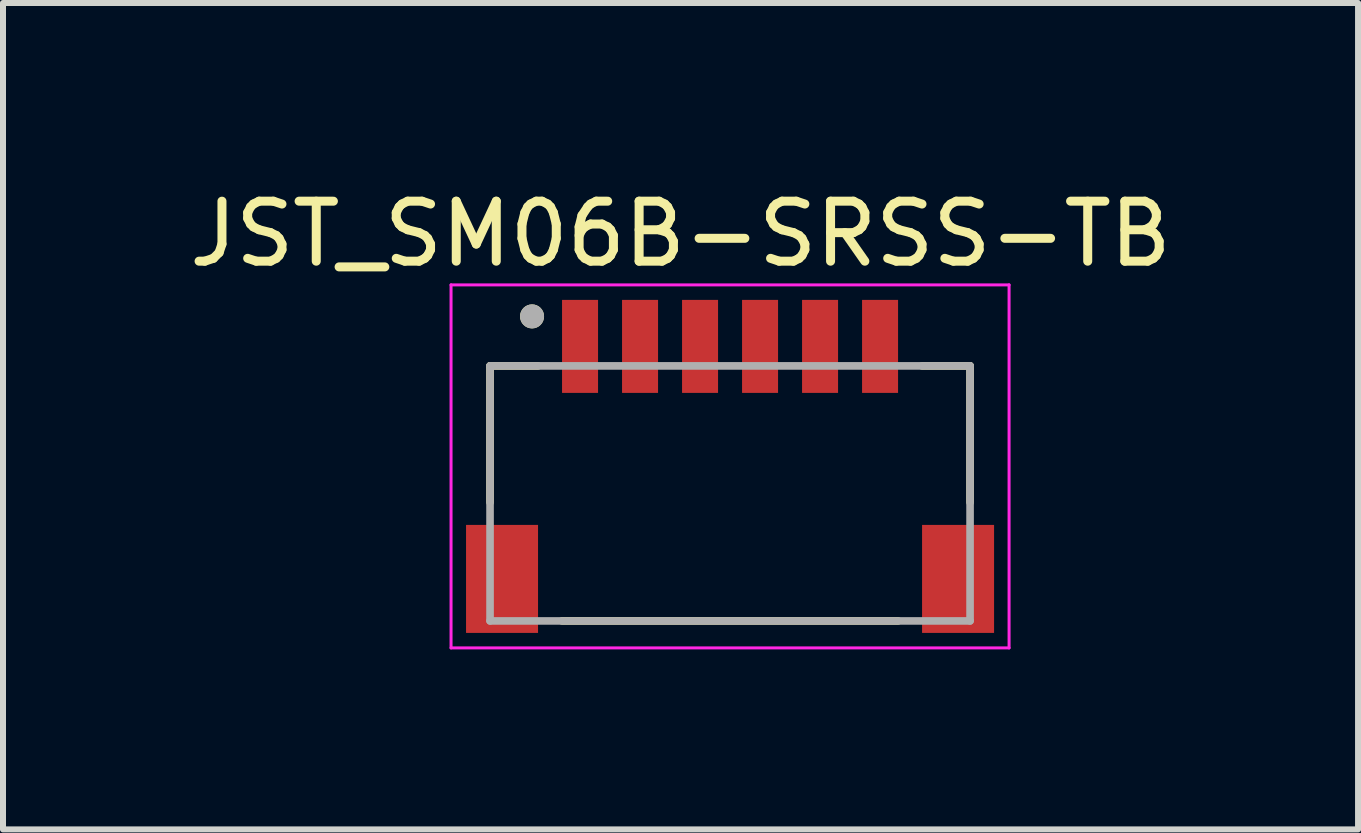
<source format=kicad_pcb>
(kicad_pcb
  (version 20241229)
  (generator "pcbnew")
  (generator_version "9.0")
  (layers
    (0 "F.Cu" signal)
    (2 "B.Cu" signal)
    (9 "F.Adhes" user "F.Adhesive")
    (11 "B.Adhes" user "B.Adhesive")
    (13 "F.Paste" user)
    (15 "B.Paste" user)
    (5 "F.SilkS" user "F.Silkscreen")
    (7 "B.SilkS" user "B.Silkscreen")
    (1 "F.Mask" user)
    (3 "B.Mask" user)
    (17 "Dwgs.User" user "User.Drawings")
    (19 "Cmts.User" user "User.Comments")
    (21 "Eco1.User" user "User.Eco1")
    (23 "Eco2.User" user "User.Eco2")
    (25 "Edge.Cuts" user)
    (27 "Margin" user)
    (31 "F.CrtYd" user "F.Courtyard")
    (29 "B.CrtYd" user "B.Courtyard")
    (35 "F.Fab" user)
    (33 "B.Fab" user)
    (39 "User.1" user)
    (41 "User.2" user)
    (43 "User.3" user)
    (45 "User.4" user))
  (footprint "JST_SM06B-SRSS-TB"
    (layer "F.Cu")
    (at 9.117 2.723)
    (property "Reference" "JST_SM06B-SRSS-TB" (at -0.825 -1.875 0) (layer "F.SilkS") (effects (font (size 1 1) (thickness 0.15))))
    (attr smd)
    (fp_line (start -4 0.325) (end -4 2.6) (stroke (width 0.127) (type solid)) (layer "F.SilkS"))
    (fp_line (start -3.2 0.325) (end -4 0.325) (stroke (width 0.127) (type solid)) (layer "F.SilkS"))
    (fp_line (start -2.8 4.575) (end 2.8 4.575) (stroke (width 0.127) (type solid)) (layer "F.SilkS"))
    (fp_line (start 3.2 0.325) (end 4 0.325) (stroke (width 0.127) (type solid)) (layer "F.SilkS"))
    (fp_line (start 4 0.325) (end 4 2.6) (stroke (width 0.127) (type solid)) (layer "F.SilkS"))
    (fp_circle (center -3.3 -0.5) (end -3.2 -0.5) (stroke (width 0.2) (type solid)) (fill no) (layer "F.SilkS"))
    (fp_line (start -4.65 -1.025) (end 4.65 -1.025) (stroke (width 0.05) (type solid)) (layer "F.CrtYd"))
    (fp_line (start -4.65 5.025) (end -4.65 -1.025) (stroke (width 0.05) (type solid)) (layer "F.CrtYd"))
    (fp_line (start 4.65 -1.025) (end 4.65 5.025) (stroke (width 0.05) (type solid)) (layer "F.CrtYd"))
    (fp_line (start 4.65 5.025) (end -4.65 5.025) (stroke (width 0.05) (type solid)) (layer "F.CrtYd"))
    (fp_line (start -4 0.325) (end 4 0.325) (stroke (width 0.127) (type solid)) (layer "F.Fab"))
    (fp_line (start -4 4.575) (end -4 0.325) (stroke (width 0.127) (type solid)) (layer "F.Fab"))
    (fp_line (start 4 0.325) (end 4 4.575) (stroke (width 0.127) (type solid)) (layer "F.Fab"))
    (fp_line (start 4 4.575) (end -4 4.575) (stroke (width 0.127) (type solid)) (layer "F.Fab"))
    (fp_circle (center -3.3 -0.5) (end -3.2 -0.5) (stroke (width 0.2) (type solid)) (fill no) (layer "F.Fab"))
    (pad "1" smd rect (at -2.5 0 180) (size 0.6 1.55) (layers "F.Cu" "F.Mask" "F.Paste"))
    (pad "2" smd rect (at -1.5 0 180) (size 0.6 1.55) (layers "F.Cu" "F.Mask" "F.Paste"))
    (pad "3" smd rect (at -0.5 0 180) (size 0.6 1.55) (layers "F.Cu" "F.Mask" "F.Paste"))
    (pad "4" smd rect (at 0.5 0 180) (size 0.6 1.55) (layers "F.Cu" "F.Mask" "F.Paste"))
    (pad "5" smd rect (at 1.5 0 180) (size 0.6 1.55) (layers "F.Cu" "F.Mask" "F.Paste"))
    (pad "6" smd rect (at 2.5 0 180) (size 0.6 1.55) (layers "F.Cu" "F.Mask" "F.Paste"))
    (pad "S1" smd rect (at -3.8 3.875) (size 1.2 1.8) (layers "F.Cu" "F.Mask" "F.Paste"))
    (pad "S2" smd rect (at 3.8 3.875) (size 1.2 1.8) (layers "F.Cu" "F.Mask" "F.Paste")))
  (gr_rect
    (start -3 -3)
    (end 19.583 10.773)
    (stroke (width 0.1) (type default))
    (fill no)
    (layer "Edge.Cuts")))
</source>
